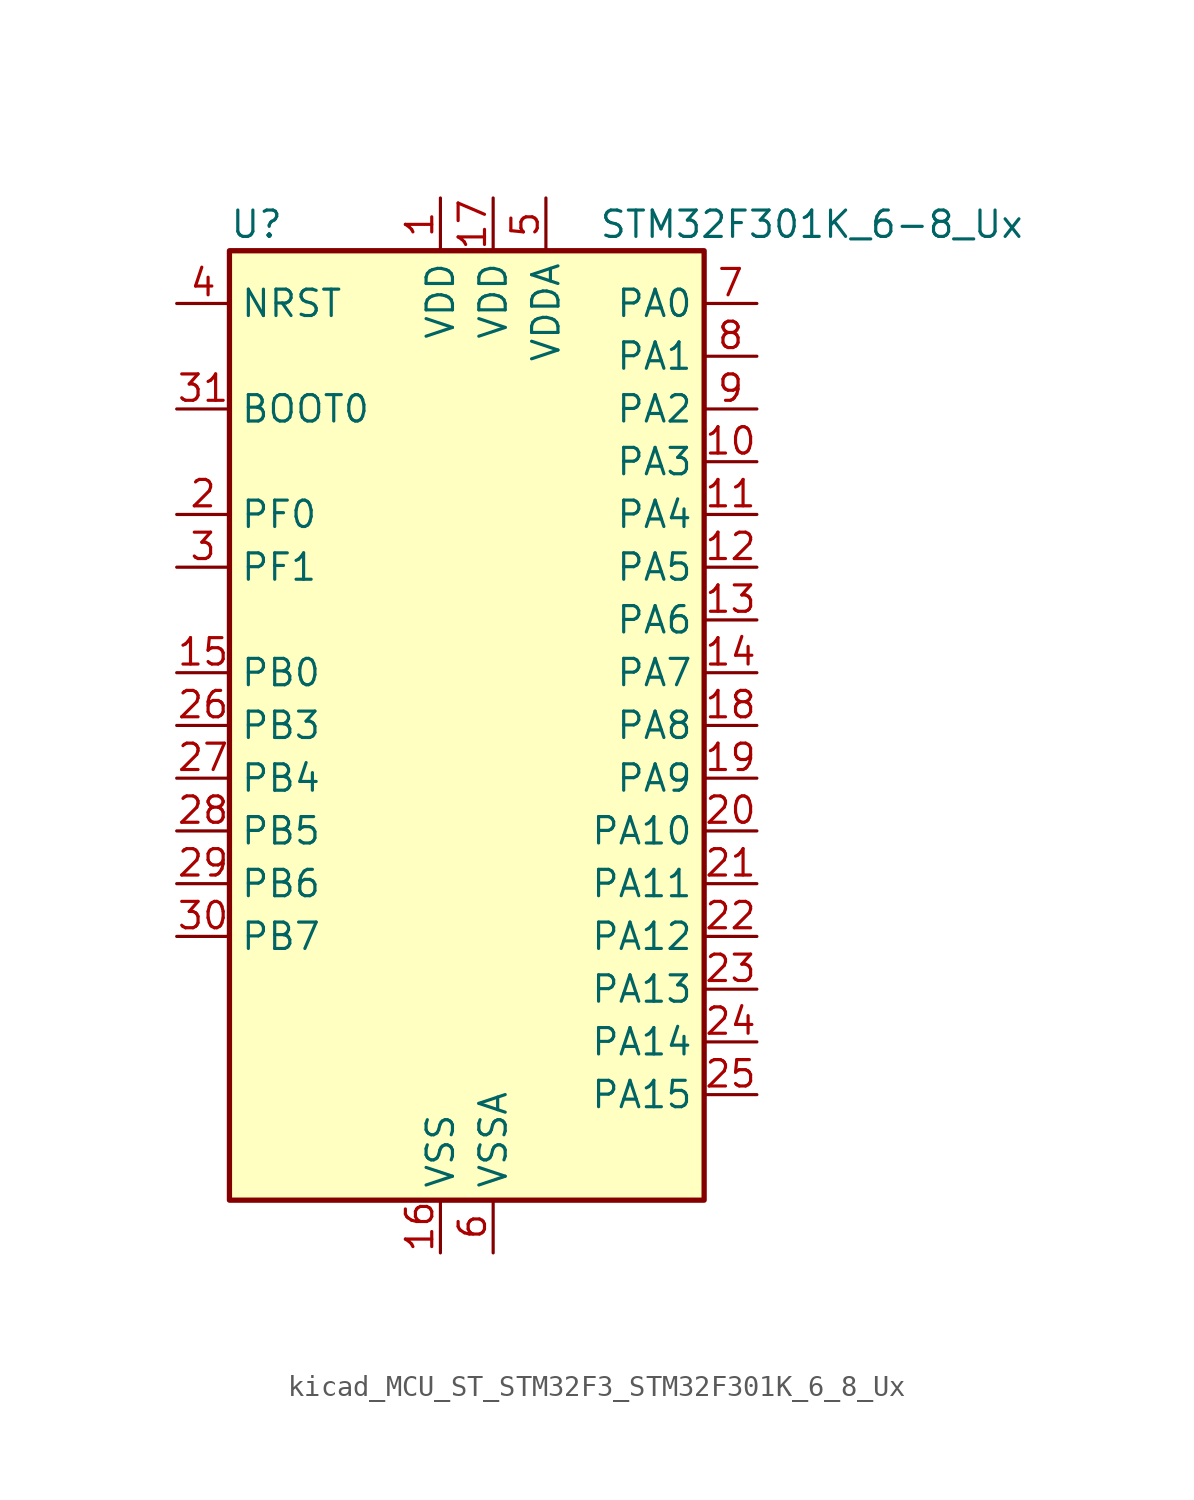
<source format=kicad_sym>
(kicad_symbol_lib
  (version 20220914)
  (generator kicad_symbol_editor)
  (symbol "kicad_MCU_ST_STM32F3_STM32F301K_6_8_Ux"
    (property "Reference" "U"
      (at -10.16 24.13 0)
      (effects (font (size 1.27 1.27)) (justify left)))
    (property "Value" "STM32F301K_6-8_Ux"
      (at 7.62 24.13 0)
      (effects (font (size 1.27 1.27)) (justify left)))
    (property "ki_locked" ""
      (at 0 0 0)
      (effects (font (size 1.27 1.27))))
    (symbol "kicad_MCU_ST_STM32F3_STM32F301K_6_8_Ux_0_1"
      (rectangle (start -10.16 -22.86) (end 12.7 22.86) (stroke (width 0.254) (type default)) (fill (type background))))
    (symbol "kicad_MCU_ST_STM32F3_STM32F301K_6_8_Ux_1_1"
      (pin power_in line (at 0 25.4 270) (length 2.54) (name "VDD" (effects (font (size 1.27 1.27)))) (number "1" (effects (font (size 1.27 1.27)))))
      (pin bidirectional line (at 15.24 12.7 180) (length 2.54) (name "PA3" (effects (font (size 1.27 1.27)))) (number "10" (effects (font (size 1.27 1.27)))) (alternate "ADC1_IN4" bidirectional line) (alternate "TIM15_CH2" bidirectional line) (alternate "TIM2_CH4" bidirectional line) (alternate "TSC_G1_IO4" bidirectional line) (alternate "USART2_RX" bidirectional line))
      (pin bidirectional line (at 15.24 10.16 180) (length 2.54) (name "PA4" (effects (font (size 1.27 1.27)))) (number "11" (effects (font (size 1.27 1.27)))) (alternate "ADC1_IN5" bidirectional line) (alternate "COMP2_INM" bidirectional line) (alternate "COMP4_INM" bidirectional line) (alternate "DAC_OUT1" bidirectional line) (alternate "I2S3_WS" bidirectional line) (alternate "SPI3_NSS" bidirectional line) (alternate "TSC_G2_IO1" bidirectional line) (alternate "USART2_CK" bidirectional line))
      (pin bidirectional line (at 15.24 7.62 180) (length 2.54) (name "PA5" (effects (font (size 1.27 1.27)))) (number "12" (effects (font (size 1.27 1.27)))) (alternate "OPAMP2_VINM" bidirectional line) (alternate "OPAMP2_VINM_SEC" bidirectional line) (alternate "TIM2_CH1" bidirectional line) (alternate "TIM2_ETR" bidirectional line) (alternate "TSC_G2_IO2" bidirectional line))
      (pin bidirectional line (at 15.24 5.08 180) (length 2.54) (name "PA6" (effects (font (size 1.27 1.27)))) (number "13" (effects (font (size 1.27 1.27)))) (alternate "ADC1_IN10" bidirectional line) (alternate "OPAMP2_VOUT" bidirectional line) (alternate "TIM16_CH1" bidirectional line) (alternate "TIM1_BKIN" bidirectional line) (alternate "TSC_G2_IO3" bidirectional line))
      (pin bidirectional line (at 15.24 2.54 180) (length 2.54) (name "PA7" (effects (font (size 1.27 1.27)))) (number "14" (effects (font (size 1.27 1.27)))) (alternate "ADC1_IN15" bidirectional line) (alternate "COMP2_INP" bidirectional line) (alternate "OPAMP2_VINP" bidirectional line) (alternate "OPAMP2_VINP_SEC" bidirectional line) (alternate "TIM17_CH1" bidirectional line) (alternate "TIM1_CH1N" bidirectional line) (alternate "TSC_G2_IO4" bidirectional line))
      (pin bidirectional line (at -12.7 2.54 0) (length 2.54) (name "PB0" (effects (font (size 1.27 1.27)))) (number "15" (effects (font (size 1.27 1.27)))) (alternate "ADC1_IN11" bidirectional line) (alternate "COMP4_INP" bidirectional line) (alternate "OPAMP2_VINP" bidirectional line) (alternate "OPAMP2_VINP_SEC" bidirectional line) (alternate "TIM1_CH2N" bidirectional line) (alternate "TSC_G3_IO2" bidirectional line))
      (pin power_in line (at 0 -25.4 90) (length 2.54) (name "VSS" (effects (font (size 1.27 1.27)))) (number "16" (effects (font (size 1.27 1.27)))))
      (pin power_in line (at 2.54 25.4 270) (length 2.54) (name "VDD" (effects (font (size 1.27 1.27)))) (number "17" (effects (font (size 1.27 1.27)))))
      (pin bidirectional line (at 15.24 0 180) (length 2.54) (name "PA8" (effects (font (size 1.27 1.27)))) (number "18" (effects (font (size 1.27 1.27)))) (alternate "I2C2_SMBA" bidirectional line) (alternate "I2C3_SCL" bidirectional line) (alternate "I2S2_MCK" bidirectional line) (alternate "RCC_MCO" bidirectional line) (alternate "TIM1_CH1" bidirectional line) (alternate "USART1_CK" bidirectional line))
      (pin bidirectional line (at 15.24 -2.54 180) (length 2.54) (name "PA9" (effects (font (size 1.27 1.27)))) (number "19" (effects (font (size 1.27 1.27)))) (alternate "DAC_EXTI9" bidirectional line) (alternate "I2C2_SCL" bidirectional line) (alternate "I2C3_SMBA" bidirectional line) (alternate "I2S3_MCK" bidirectional line) (alternate "TIM15_BKIN" bidirectional line) (alternate "TIM1_CH2" bidirectional line) (alternate "TIM2_CH3" bidirectional line) (alternate "TSC_G4_IO1" bidirectional line) (alternate "USART1_TX" bidirectional line))
      (pin bidirectional line (at -12.7 10.16 0) (length 2.54) (name "PF0" (effects (font (size 1.27 1.27)))) (number "2" (effects (font (size 1.27 1.27)))) (alternate "I2C2_SDA" bidirectional line) (alternate "I2S2_WS" bidirectional line) (alternate "RCC_OSC_IN" bidirectional line) (alternate "SPI2_NSS" bidirectional line) (alternate "TIM1_CH3N" bidirectional line))
      (pin bidirectional line (at 15.24 -5.08 180) (length 2.54) (name "PA10" (effects (font (size 1.27 1.27)))) (number "20" (effects (font (size 1.27 1.27)))) (alternate "I2C2_SDA" bidirectional line) (alternate "I2S2_ext_SD" bidirectional line) (alternate "SPI2_MISO" bidirectional line) (alternate "TIM17_BKIN" bidirectional line) (alternate "TIM1_CH3" bidirectional line) (alternate "TIM2_CH4" bidirectional line) (alternate "TSC_G4_IO2" bidirectional line) (alternate "USART1_RX" bidirectional line))
      (pin bidirectional line (at 15.24 -7.62 180) (length 2.54) (name "PA11" (effects (font (size 1.27 1.27)))) (number "21" (effects (font (size 1.27 1.27)))) (alternate "ADC1_EXTI11" bidirectional line) (alternate "I2S2_SD" bidirectional line) (alternate "SPI2_MOSI" bidirectional line) (alternate "TIM1_BKIN2" bidirectional line) (alternate "TIM1_CH1N" bidirectional line) (alternate "TIM1_CH4" bidirectional line) (alternate "USART1_CTS" bidirectional line))
      (pin bidirectional line (at 15.24 -10.16 180) (length 2.54) (name "PA12" (effects (font (size 1.27 1.27)))) (number "22" (effects (font (size 1.27 1.27)))) (alternate "COMP2_OUT" bidirectional line) (alternate "I2S_CKIN" bidirectional line) (alternate "TIM16_CH1" bidirectional line) (alternate "TIM1_CH2N" bidirectional line) (alternate "TIM1_ETR" bidirectional line) (alternate "USART1_DE" bidirectional line) (alternate "USART1_RTS" bidirectional line))
      (pin bidirectional line (at 15.24 -12.7 180) (length 2.54) (name "PA13" (effects (font (size 1.27 1.27)))) (number "23" (effects (font (size 1.27 1.27)))) (alternate "IR_OUT" bidirectional line) (alternate "SYS_JTMS-SWDIO" bidirectional line) (alternate "TIM16_CH1N" bidirectional line) (alternate "TSC_G4_IO3" bidirectional line))
      (pin bidirectional line (at 15.24 -15.24 180) (length 2.54) (name "PA14" (effects (font (size 1.27 1.27)))) (number "24" (effects (font (size 1.27 1.27)))) (alternate "I2C1_SDA" bidirectional line) (alternate "SYS_JTCK-SWCLK" bidirectional line) (alternate "TIM1_BKIN" bidirectional line) (alternate "TSC_G4_IO4" bidirectional line) (alternate "USART2_TX" bidirectional line))
      (pin bidirectional line (at 15.24 -17.78 180) (length 2.54) (name "PA15" (effects (font (size 1.27 1.27)))) (number "25" (effects (font (size 1.27 1.27)))) (alternate "ADC1_EXTI15" bidirectional line) (alternate "I2C1_SCL" bidirectional line) (alternate "I2S3_WS" bidirectional line) (alternate "SPI3_NSS" bidirectional line) (alternate "SYS_JTDI" bidirectional line) (alternate "TIM1_BKIN" bidirectional line) (alternate "TIM2_CH1" bidirectional line) (alternate "TIM2_ETR" bidirectional line) (alternate "TSC_SYNC" bidirectional line) (alternate "USART2_RX" bidirectional line))
      (pin bidirectional line (at -12.7 0 0) (length 2.54) (name "PB3" (effects (font (size 1.27 1.27)))) (number "26" (effects (font (size 1.27 1.27)))) (alternate "I2S3_CK" bidirectional line) (alternate "SPI3_SCK" bidirectional line) (alternate "SYS_JTDO-TRACESWO" bidirectional line) (alternate "TIM2_CH2" bidirectional line) (alternate "TSC_G5_IO1" bidirectional line) (alternate "USART2_TX" bidirectional line))
      (pin bidirectional line (at -12.7 -2.54 0) (length 2.54) (name "PB4" (effects (font (size 1.27 1.27)))) (number "27" (effects (font (size 1.27 1.27)))) (alternate "I2S3_ext_SD" bidirectional line) (alternate "SPI3_MISO" bidirectional line) (alternate "SYS_NJTRST" bidirectional line) (alternate "TIM16_CH1" bidirectional line) (alternate "TIM17_BKIN" bidirectional line) (alternate "TSC_G5_IO2" bidirectional line) (alternate "USART2_RX" bidirectional line))
      (pin bidirectional line (at -12.7 -5.08 0) (length 2.54) (name "PB5" (effects (font (size 1.27 1.27)))) (number "28" (effects (font (size 1.27 1.27)))) (alternate "I2C1_SMBA" bidirectional line) (alternate "I2C3_SDA" bidirectional line) (alternate "I2S3_SD" bidirectional line) (alternate "SPI3_MOSI" bidirectional line) (alternate "TIM16_BKIN" bidirectional line) (alternate "TIM17_CH1" bidirectional line) (alternate "USART2_CK" bidirectional line))
      (pin bidirectional line (at -12.7 -7.62 0) (length 2.54) (name "PB6" (effects (font (size 1.27 1.27)))) (number "29" (effects (font (size 1.27 1.27)))) (alternate "I2C1_SCL" bidirectional line) (alternate "TIM16_CH1N" bidirectional line) (alternate "TSC_G5_IO3" bidirectional line) (alternate "USART1_TX" bidirectional line))
      (pin bidirectional line (at -12.7 7.62 0) (length 2.54) (name "PF1" (effects (font (size 1.27 1.27)))) (number "3" (effects (font (size 1.27 1.27)))) (alternate "I2C2_SCL" bidirectional line) (alternate "I2S2_CK" bidirectional line) (alternate "RCC_OSC_OUT" bidirectional line) (alternate "SPI2_SCK" bidirectional line))
      (pin bidirectional line (at -12.7 -10.16 0) (length 2.54) (name "PB7" (effects (font (size 1.27 1.27)))) (number "30" (effects (font (size 1.27 1.27)))) (alternate "I2C1_SDA" bidirectional line) (alternate "TIM17_CH1N" bidirectional line) (alternate "TSC_G5_IO4" bidirectional line) (alternate "USART1_RX" bidirectional line))
      (pin input line (at -12.7 15.24 0) (length 2.54) (name "BOOT0" (effects (font (size 1.27 1.27)))) (number "31" (effects (font (size 1.27 1.27)))))
      (pin passive line (at 0 -25.4 90) (length 2.54) hide (name "VSS" (effects (font (size 1.27 1.27)))) (number "32" (effects (font (size 1.27 1.27)))))
      (pin passive line (at 0 -25.4 90) (length 2.54) hide (name "VSS" (effects (font (size 1.27 1.27)))) (number "33" (effects (font (size 1.27 1.27)))))
      (pin input line (at -12.7 20.32 0) (length 2.54) (name "NRST" (effects (font (size 1.27 1.27)))) (number "4" (effects (font (size 1.27 1.27)))))
      (pin power_in line (at 5.08 25.4 270) (length 2.54) (name "VDDA" (effects (font (size 1.27 1.27)))) (number "5" (effects (font (size 1.27 1.27)))))
      (pin power_in line (at 2.54 -25.4 90) (length 2.54) (name "VSSA" (effects (font (size 1.27 1.27)))) (number "6" (effects (font (size 1.27 1.27)))))
      (pin bidirectional line (at 15.24 20.32 180) (length 2.54) (name "PA0" (effects (font (size 1.27 1.27)))) (number "7" (effects (font (size 1.27 1.27)))) (alternate "ADC1_IN1" bidirectional line) (alternate "RTC_TAMP2" bidirectional line) (alternate "SYS_WKUP1" bidirectional line) (alternate "TIM2_CH1" bidirectional line) (alternate "TIM2_ETR" bidirectional line) (alternate "TSC_G1_IO1" bidirectional line) (alternate "USART2_CTS" bidirectional line))
      (pin bidirectional line (at 15.24 17.78 180) (length 2.54) (name "PA1" (effects (font (size 1.27 1.27)))) (number "8" (effects (font (size 1.27 1.27)))) (alternate "ADC1_IN2" bidirectional line) (alternate "RTC_REFIN" bidirectional line) (alternate "TIM15_CH1N" bidirectional line) (alternate "TIM2_CH2" bidirectional line) (alternate "TSC_G1_IO2" bidirectional line) (alternate "USART2_DE" bidirectional line) (alternate "USART2_RTS" bidirectional line))
      (pin bidirectional line (at 15.24 15.24 180) (length 2.54) (name "PA2" (effects (font (size 1.27 1.27)))) (number "9" (effects (font (size 1.27 1.27)))) (alternate "ADC1_IN3" bidirectional line) (alternate "COMP2_INM" bidirectional line) (alternate "COMP2_OUT" bidirectional line) (alternate "TIM15_CH1" bidirectional line) (alternate "TIM2_CH3" bidirectional line) (alternate "TSC_G1_IO3" bidirectional line) (alternate "USART2_TX" bidirectional line)))))
</source>
